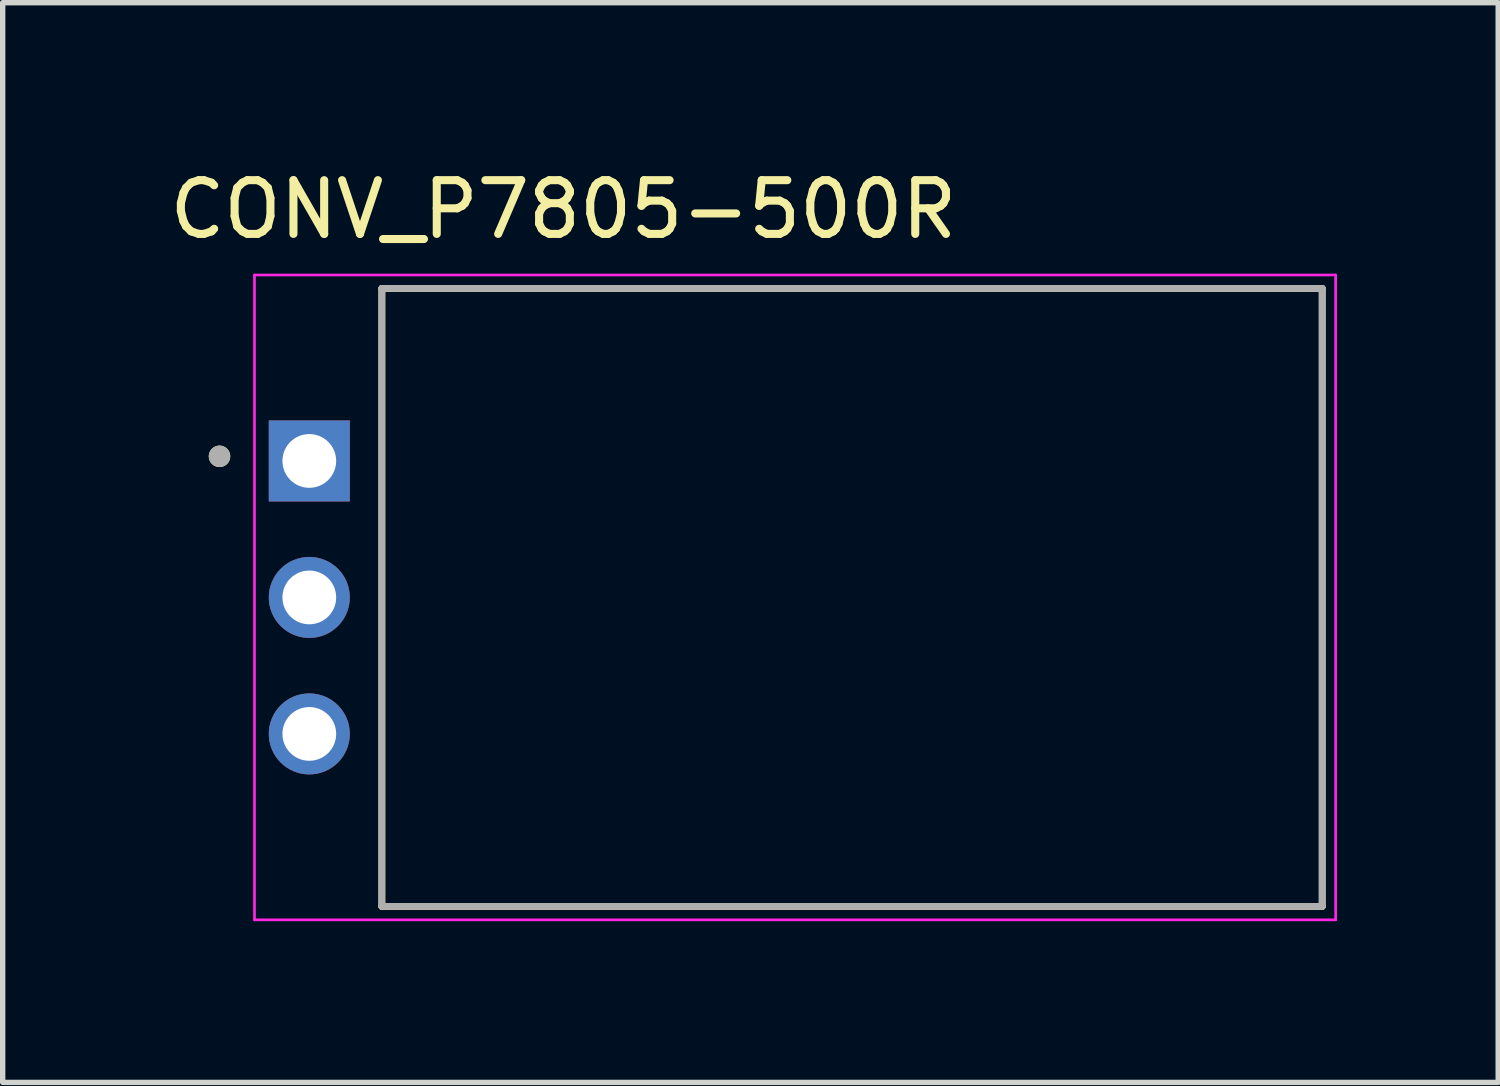
<source format=kicad_pcb>
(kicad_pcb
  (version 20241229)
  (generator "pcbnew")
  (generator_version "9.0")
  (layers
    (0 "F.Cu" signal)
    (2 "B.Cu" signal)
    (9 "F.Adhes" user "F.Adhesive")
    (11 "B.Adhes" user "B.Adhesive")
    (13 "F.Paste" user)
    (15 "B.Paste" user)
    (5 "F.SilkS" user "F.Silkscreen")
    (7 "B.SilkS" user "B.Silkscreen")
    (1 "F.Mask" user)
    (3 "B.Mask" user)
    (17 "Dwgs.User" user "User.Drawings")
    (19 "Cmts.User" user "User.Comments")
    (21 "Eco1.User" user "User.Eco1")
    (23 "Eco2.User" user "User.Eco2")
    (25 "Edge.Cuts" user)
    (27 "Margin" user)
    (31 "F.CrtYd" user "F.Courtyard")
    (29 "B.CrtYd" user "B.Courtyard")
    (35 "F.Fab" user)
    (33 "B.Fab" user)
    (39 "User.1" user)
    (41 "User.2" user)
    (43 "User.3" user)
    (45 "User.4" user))
  (footprint "CONV_P7805-500R"
    (layer "F.Cu")
    (at 2.706 8.068)
    (property "Reference" "CONV_P7805-500R" (at 4.729 -7.22 0) (layer "F.SilkS") (effects (font (size 1 1) (thickness 0.15))))
    (attr through_hole)
    (fp_line (start 1.35 -5.75) (end 1.35 5.75) (stroke (width 0.127) (type solid)) (layer "F.SilkS"))
    (fp_line (start 18.85 -5.75) (end 1.35 -5.75) (stroke (width 0.127) (type solid)) (layer "F.SilkS"))
    (fp_line (start 18.85 -5.75) (end 18.85 5.75) (stroke (width 0.127) (type solid)) (layer "F.SilkS"))
    (fp_line (start 18.85 5.75) (end 1.35 5.75) (stroke (width 0.127) (type solid)) (layer "F.SilkS"))
    (fp_circle (center -1.671 -2.626) (end -1.571 -2.626) (stroke (width 0.2) (type solid)) (fill no) (layer "F.SilkS"))
    (fp_line (start -1.02 -6) (end -1.02 6) (stroke (width 0.05) (type solid)) (layer "F.CrtYd"))
    (fp_line (start 19.1 -6) (end -1.02 -6) (stroke (width 0.05) (type solid)) (layer "F.CrtYd"))
    (fp_line (start 19.1 -6) (end 19.1 6) (stroke (width 0.05) (type solid)) (layer "F.CrtYd"))
    (fp_line (start 19.1 6) (end -1.02 6) (stroke (width 0.05) (type solid)) (layer "F.CrtYd"))
    (fp_line (start 1.35 -5.75) (end 1.35 5.75) (stroke (width 0.127) (type solid)) (layer "F.Fab"))
    (fp_line (start 18.85 -5.75) (end 1.35 -5.75) (stroke (width 0.127) (type solid)) (layer "F.Fab"))
    (fp_line (start 18.85 -5.75) (end 18.85 5.75) (stroke (width 0.127) (type solid)) (layer "F.Fab"))
    (fp_line (start 18.85 5.75) (end 1.35 5.75) (stroke (width 0.127) (type solid)) (layer "F.Fab"))
    (fp_circle (center -1.671 -2.626) (end -1.571 -2.626) (stroke (width 0.2) (type solid)) (fill no) (layer "F.Fab"))
    (pad "1" thru_hole rect (at 0 -2.54) (size 1.508 1.508) (drill 1) (layers "*.Cu" "*.Mask"))
    (pad "2" thru_hole circle (at 0 0) (size 1.508 1.508) (drill 1) (layers "*.Cu" "*.Mask"))
    (pad "3" thru_hole circle (at 0 2.54) (size 1.508 1.508) (drill 1) (layers "*.Cu" "*.Mask")))
  (gr_rect
    (start -3 -3)
    (end 24.831 17.093)
    (stroke (width 0.1) (type default))
    (fill no)
    (layer "Edge.Cuts")))
</source>
